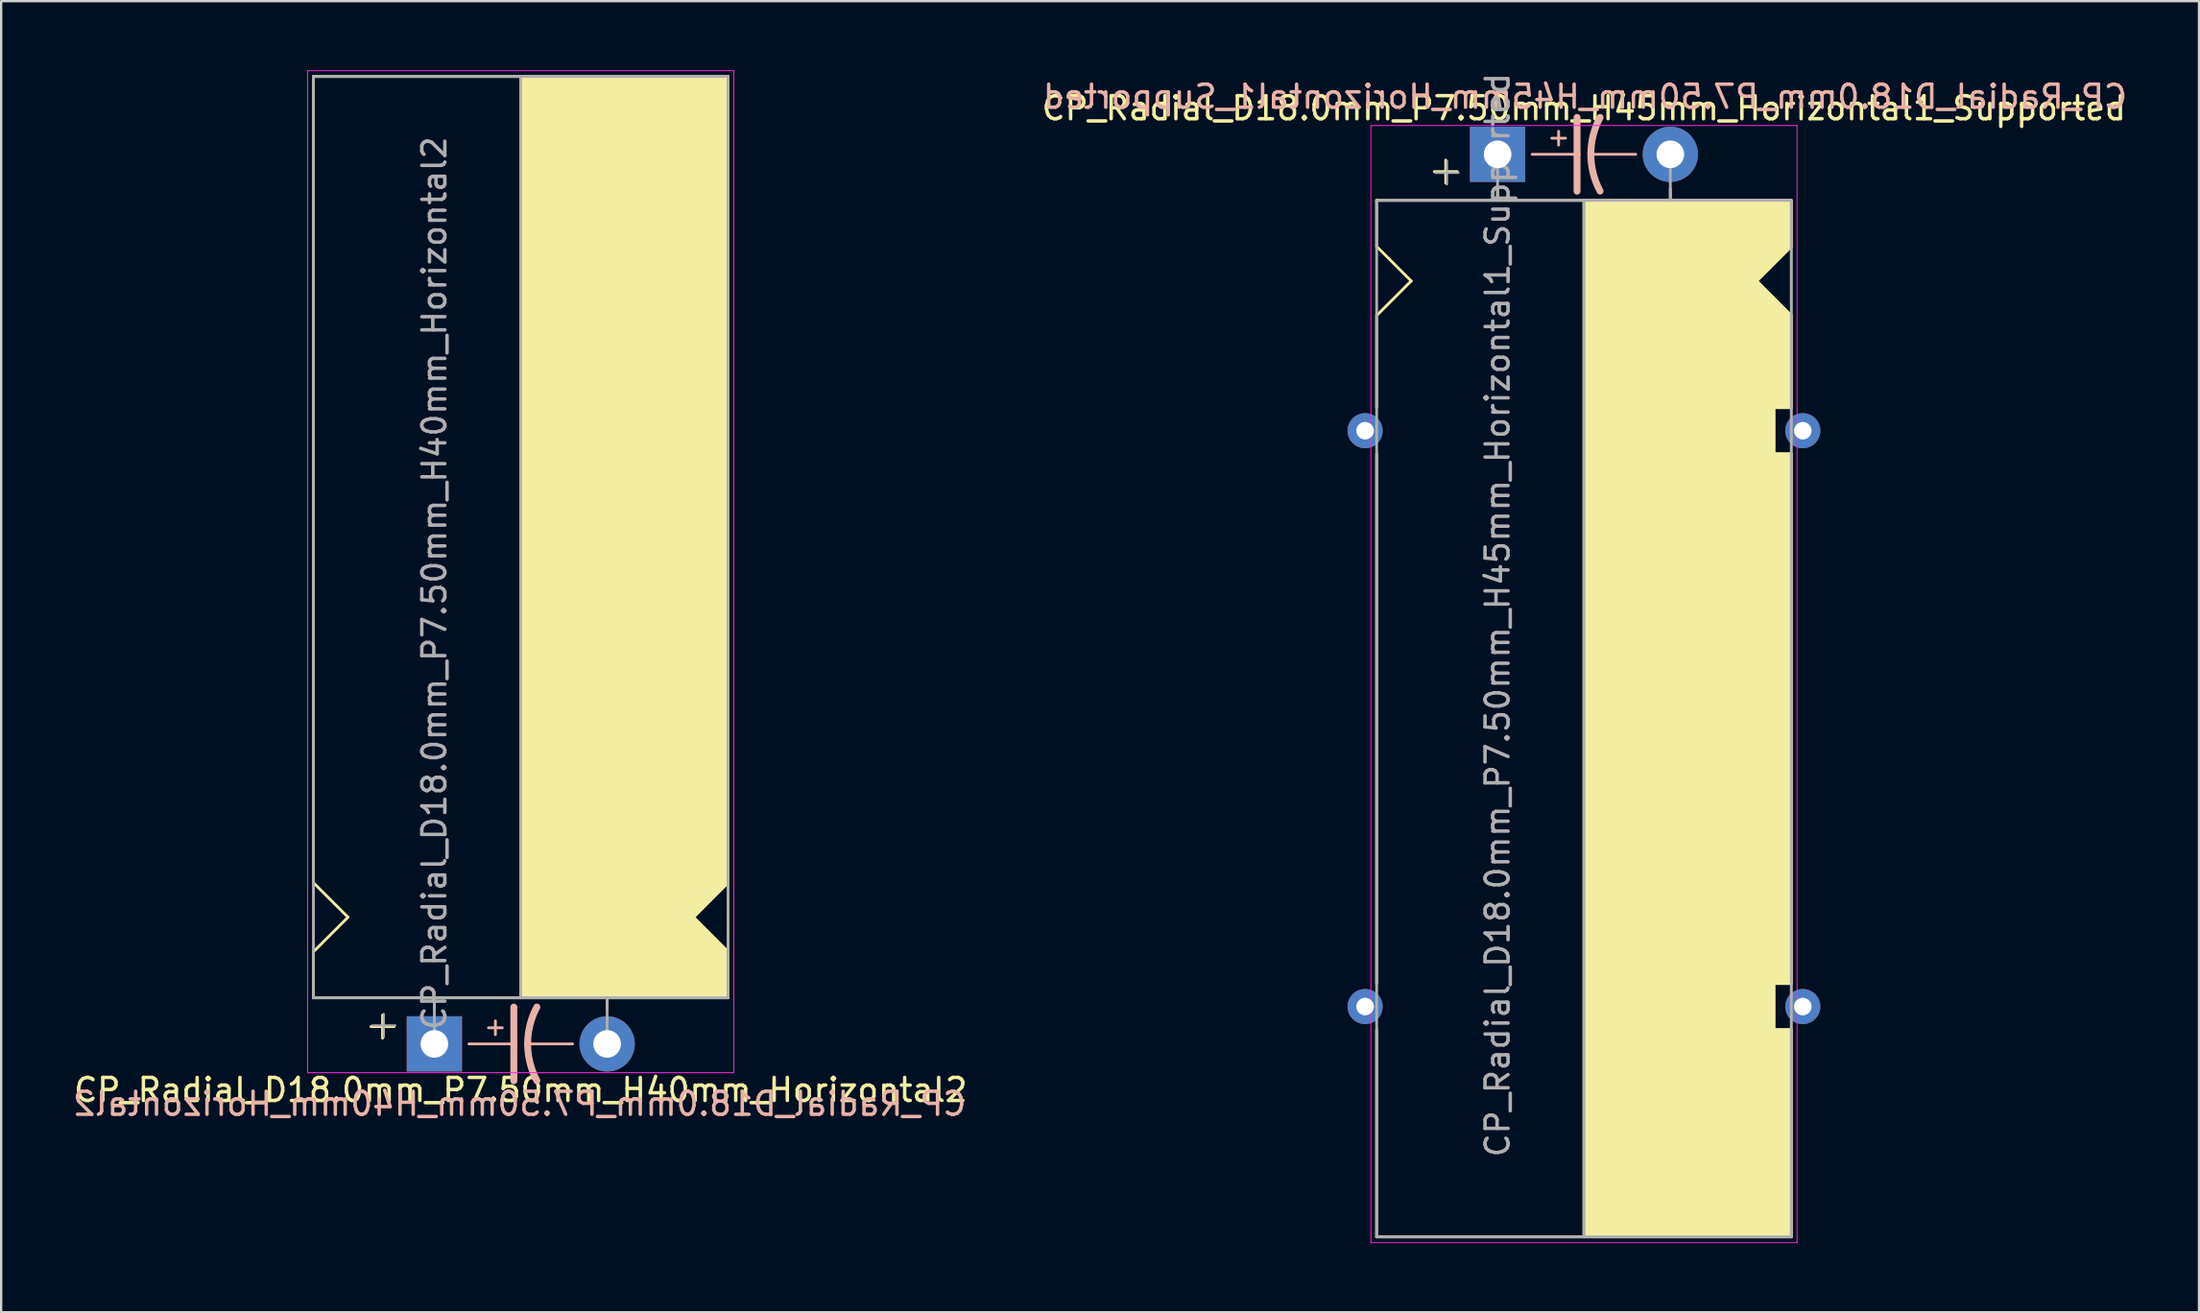
<source format=kicad_pcb>
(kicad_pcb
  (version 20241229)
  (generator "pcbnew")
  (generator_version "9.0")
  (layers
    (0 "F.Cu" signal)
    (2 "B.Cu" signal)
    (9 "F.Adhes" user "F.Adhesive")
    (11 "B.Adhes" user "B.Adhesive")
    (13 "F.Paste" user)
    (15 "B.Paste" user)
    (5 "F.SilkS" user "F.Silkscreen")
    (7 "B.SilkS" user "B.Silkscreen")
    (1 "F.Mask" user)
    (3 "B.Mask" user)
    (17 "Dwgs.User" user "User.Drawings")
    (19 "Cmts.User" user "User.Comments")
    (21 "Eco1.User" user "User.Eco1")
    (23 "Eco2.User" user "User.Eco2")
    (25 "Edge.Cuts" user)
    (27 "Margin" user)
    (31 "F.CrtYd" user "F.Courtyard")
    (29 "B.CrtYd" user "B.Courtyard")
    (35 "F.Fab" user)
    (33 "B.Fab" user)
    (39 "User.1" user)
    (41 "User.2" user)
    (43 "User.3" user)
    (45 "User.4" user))
  (footprint "CP_Radial_D18.0mm_P7.50mm_H40mm_Horizontal2"
    (layer "F.Cu")
    (at 15.806 42.27)
    (property "Reference" "CP_Radial_D18.0mm_P7.50mm_H40mm_Horizontal2" (at 3.75 2 0) (layer "F.SilkS") (effects (font (size 1 1) (thickness 0.15))))
    (fp_line (start -5.25 -42) (end 12.75 -42) (stroke (width 0.12) (type solid)) (layer "F.SilkS"))
    (fp_line (start -5.25 -7) (end -5.25 -42) (stroke (width 0.12) (type solid)) (layer "F.SilkS"))
    (fp_line (start -5.25 -7) (end -3.75 -5.5) (stroke (width 0.12) (type solid)) (layer "F.SilkS"))
    (fp_line (start -5.25 -4) (end -3.75 -5.5) (stroke (width 0.12) (type solid)) (layer "F.SilkS"))
    (fp_line (start -5.25 -2) (end -5.25 -4) (stroke (width 0.12) (type solid)) (layer "F.SilkS"))
    (fp_line (start -5.25 -2) (end 12.75 -2) (stroke (width 0.12) (type solid)) (layer "F.SilkS"))
    (fp_line (start -2.25 -1.25) (end -2.25 -0.25) (stroke (width 0.12) (type solid)) (layer "F.SilkS"))
    (fp_line (start -1.75 -0.75) (end -2.75 -0.75) (stroke (width 0.12) (type solid)) (layer "F.SilkS"))
    (fp_line (start 0 -1.5) (end 0 -2) (stroke (width 0.12) (type solid)) (layer "F.SilkS"))
    (fp_line (start 3.75 -2) (end 3.75 -42) (stroke (width 0.12) (type solid)) (layer "F.SilkS"))
    (fp_line (start 7.5 -1.5) (end 7.5 -2) (stroke (width 0.12) (type solid)) (layer "F.SilkS"))
    (fp_line (start 12.75 -42) (end 12.75 -7) (stroke (width 0.12) (type solid)) (layer "F.SilkS"))
    (fp_line (start 12.75 -7) (end 11.25 -5.5) (stroke (width 0.12) (type solid)) (layer "F.SilkS"))
    (fp_line (start 12.75 -4) (end 11.25 -5.5) (stroke (width 0.12) (type solid)) (layer "F.SilkS"))
    (fp_line (start 12.75 -2) (end 12.75 -4) (stroke (width 0.12) (type solid)) (layer "F.SilkS"))
    (fp_poly (pts (xy 12.75 -4) (xy 11.25 -5.5) (xy 12.75 -7) (xy 12.75 -42) (xy 3.75 -42) (xy 3.75 -2) (xy 12.75 -2)) (stroke (width 0.1) (type solid)) (fill yes) (layer "F.SilkS"))
    (fp_line (start 1.5 0) (end 3.45 0) (stroke (width 0.12) (type solid)) (layer "B.SilkS"))
    (fp_line (start 2.35 -0.7) (end 2.95 -0.7) (stroke (width 0.12) (type solid)) (layer "B.SilkS"))
    (fp_line (start 2.65 -0.4) (end 2.65 -1) (stroke (width 0.12) (type solid)) (layer "B.SilkS"))
    (fp_line (start 3.45 0) (end 3.45 -1.6) (stroke (width 0.3) (type solid)) (layer "B.SilkS"))
    (fp_line (start 3.45 0) (end 3.45 1.6) (stroke (width 0.3) (type solid)) (layer "B.SilkS"))
    (fp_line (start 6 0) (end 4.05 0) (stroke (width 0.12) (type solid)) (layer "B.SilkS"))
    (fp_arc (start 4.05 0) (mid 4.150512 -0.824872) (end 4.45 -1.6) (stroke (width 0.3) (type solid)) (layer "B.SilkS"))
    (fp_arc (start 4.45 1.596157) (mid 4.151652 0.822725) (end 4.05 0) (stroke (width 0.3) (type solid)) (layer "B.SilkS"))
    (fp_line (start -5.5 -42.25) (end 13 -42.25) (stroke (width 0.04) (type solid)) (layer "F.CrtYd"))
    (fp_line (start -5.5 1.25) (end -5.5 -42.25) (stroke (width 0.04) (type solid)) (layer "F.CrtYd"))
    (fp_line (start 13 -42.25) (end 13 1.25) (stroke (width 0.04) (type solid)) (layer "F.CrtYd"))
    (fp_line (start 13 1.25) (end -5.5 1.25) (stroke (width 0.04) (type solid)) (layer "F.CrtYd"))
    (fp_line (start -5.25 -42) (end 12.75 -42) (stroke (width 0.12) (type solid)) (layer "F.Fab"))
    (fp_line (start -5.25 -2) (end -5.25 -42) (stroke (width 0.12) (type solid)) (layer "F.Fab"))
    (fp_line (start -2.7 -0.8) (end -1.7 -0.8) (stroke (width 0.1) (type solid)) (layer "F.Fab"))
    (fp_line (start -2.2 -0.3) (end -2.2 -1.3) (stroke (width 0.1) (type solid)) (layer "F.Fab"))
    (fp_line (start 0 0) (end 0 -2) (stroke (width 0.12) (type solid)) (layer "F.Fab"))
    (fp_line (start 3.75 -2) (end 3.75 -42) (stroke (width 0.12) (type solid)) (layer "F.Fab"))
    (fp_line (start 7.5 0) (end 7.5 -2) (stroke (width 0.12) (type solid)) (layer "F.Fab"))
    (fp_line (start 12.75 -42) (end 12.75 -2) (stroke (width 0.12) (type solid)) (layer "F.Fab"))
    (fp_line (start 12.75 -2) (end -5.25 -2) (stroke (width 0.12) (type solid)) (layer "F.Fab"))
    (fp_poly (pts (xy 12.75 -42) (xy 3.75 -42) (xy 3.75 -2) (xy 12.75 -2)) (stroke (width 0.1) (type solid)) (fill no) (layer "F.Fab"))
    (fp_text user "${REFERENCE}" (at 3.7 2.6 0) (layer "B.SilkS") (effects (font (size 1 1) (thickness 0.15)) (justify mirror)))
    (fp_text user "${REFERENCE}" (at 0 -20 90) (layer "F.Fab") (effects (font (size 1 1) (thickness 0.15))))
    (pad "1" thru_hole rect (at 0 0) (size 2.4 2.4) (drill 1.2) (layers "*.Cu" "*.Mask"))
    (pad "2" thru_hole circle (at 7.5 0) (size 2.4 2.4) (drill 1.2) (layers "*.Cu" "*.Mask")))
  (footprint "CP_Radial_D18.0mm_P7.50mm_H45mm_Horizontal1_Supported"
    (layer "F.Cu")
    (at 61.961 3.649)
    (property "Reference" "CP_Radial_D18.0mm_P7.50mm_H45mm_Horizontal1_Supported" (at 3.75 -2 0) (layer "F.SilkS") (effects (font (size 1 1) (thickness 0.15))))
    (fp_line (start -5.25 2) (end -5.25 4) (stroke (width 0.12) (type solid)) (layer "F.SilkS"))
    (fp_line (start -5.25 2) (end 12.75 2) (stroke (width 0.12) (type solid)) (layer "F.SilkS"))
    (fp_line (start -5.25 4) (end -3.75 5.5) (stroke (width 0.12) (type solid)) (layer "F.SilkS"))
    (fp_line (start -5.25 7) (end -3.75 5.5) (stroke (width 0.12) (type solid)) (layer "F.SilkS"))
    (fp_line (start -5.25 11) (end -5.25 7) (stroke (width 0.12) (type solid)) (layer "F.SilkS"))
    (fp_line (start -5.25 13) (end -5.25 36) (stroke (width 0.12) (type solid)) (layer "F.SilkS"))
    (fp_line (start -5.25 38) (end -5.25 47) (stroke (width 0.12) (type solid)) (layer "F.SilkS"))
    (fp_line (start -5.25 47) (end 12.75 47) (stroke (width 0.12) (type solid)) (layer "F.SilkS"))
    (fp_line (start -2.25 0.25) (end -2.25 1.25) (stroke (width 0.12) (type solid)) (layer "F.SilkS"))
    (fp_line (start -1.75 0.75) (end -2.75 0.75) (stroke (width 0.12) (type solid)) (layer "F.SilkS"))
    (fp_line (start 0 1.5) (end 0 2) (stroke (width 0.12) (type solid)) (layer "F.SilkS"))
    (fp_line (start 3.75 2) (end 3.75 47) (stroke (width 0.12) (type solid)) (layer "F.SilkS"))
    (fp_line (start 7.5 1.5) (end 7.5 2) (stroke (width 0.12) (type solid)) (layer "F.SilkS"))
    (fp_line (start 12 11) (end 12 13) (stroke (width 0.12) (type solid)) (layer "F.SilkS"))
    (fp_line (start 12 13) (end 12.75 13) (stroke (width 0.12) (type solid)) (layer "F.SilkS"))
    (fp_line (start 12 36) (end 12 38) (stroke (width 0.12) (type solid)) (layer "F.SilkS"))
    (fp_line (start 12 38) (end 12.75 38) (stroke (width 0.12) (type solid)) (layer "F.SilkS"))
    (fp_line (start 12.25 11) (end 12 11) (stroke (width 0.12) (type solid)) (layer "F.SilkS"))
    (fp_line (start 12.75 2) (end 12.75 4) (stroke (width 0.12) (type solid)) (layer "F.SilkS"))
    (fp_line (start 12.75 4) (end 11.25 5.5) (stroke (width 0.12) (type solid)) (layer "F.SilkS"))
    (fp_line (start 12.75 7) (end 11.25 5.5) (stroke (width 0.12) (type solid)) (layer "F.SilkS"))
    (fp_line (start 12.75 11) (end 12.25 11) (stroke (width 0.12) (type solid)) (layer "F.SilkS"))
    (fp_line (start 12.75 11) (end 12.75 7) (stroke (width 0.12) (type solid)) (layer "F.SilkS"))
    (fp_line (start 12.75 13) (end 12.75 36) (stroke (width 0.12) (type solid)) (layer "F.SilkS"))
    (fp_line (start 12.75 36) (end 12 36) (stroke (width 0.12) (type solid)) (layer "F.SilkS"))
    (fp_line (start 12.75 38) (end 12.75 47) (stroke (width 0.12) (type solid)) (layer "F.SilkS"))
    (fp_poly (pts (xy 12.75 4) (xy 11.25 5.5) (xy 12.75 7) (xy 12.75 11) (xy 12 11) (xy 12 13) (xy 12.75 13) (xy 12.75 36) (xy 12 36) (xy 12 38) (xy 12.75 38) (xy 12.75 47) (xy 3.75 47) (xy 3.75 2) (xy 12.75 2)) (stroke (width 0.1) (type solid)) (fill yes) (layer "F.SilkS"))
    (fp_line (start 1.5 0) (end 3.45 0) (stroke (width 0.12) (type solid)) (layer "B.SilkS"))
    (fp_line (start 2.35 -0.7) (end 2.95 -0.7) (stroke (width 0.12) (type solid)) (layer "B.SilkS"))
    (fp_line (start 2.65 -0.4) (end 2.65 -1) (stroke (width 0.12) (type solid)) (layer "B.SilkS"))
    (fp_line (start 3.45 0) (end 3.45 -1.6) (stroke (width 0.3) (type solid)) (layer "B.SilkS"))
    (fp_line (start 3.45 0) (end 3.45 1.6) (stroke (width 0.3) (type solid)) (layer "B.SilkS"))
    (fp_line (start 6 0) (end 4.05 0) (stroke (width 0.12) (type solid)) (layer "B.SilkS"))
    (fp_arc (start 4.05 0) (mid 4.150512 -0.824872) (end 4.45 -1.6) (stroke (width 0.3) (type solid)) (layer "B.SilkS"))
    (fp_arc (start 4.45 1.596157) (mid 4.151652 0.822725) (end 4.05 0) (stroke (width 0.3) (type solid)) (layer "B.SilkS"))
    (fp_line (start -5.5 -1.25) (end -5.5 47.25) (stroke (width 0.04) (type solid)) (layer "F.CrtYd"))
    (fp_line (start -5.5 47.25) (end 13 47.25) (stroke (width 0.04) (type solid)) (layer "F.CrtYd"))
    (fp_line (start 13 -1.25) (end -5.5 -1.25) (stroke (width 0.04) (type solid)) (layer "F.CrtYd"))
    (fp_line (start 13 47.25) (end 13 -1.25) (stroke (width 0.04) (type solid)) (layer "F.CrtYd"))
    (fp_line (start -5.25 2) (end -5.25 47) (stroke (width 0.12) (type solid)) (layer "F.Fab"))
    (fp_line (start -5.25 47) (end 12.75 47) (stroke (width 0.12) (type solid)) (layer "F.Fab"))
    (fp_line (start -2.7 0.8) (end -1.7 0.8) (stroke (width 0.1) (type solid)) (layer "F.Fab"))
    (fp_line (start -2.2 1.3) (end -2.2 0.3) (stroke (width 0.1) (type solid)) (layer "F.Fab"))
    (fp_line (start 0 0) (end 0 2) (stroke (width 0.12) (type solid)) (layer "F.Fab"))
    (fp_line (start 3.75 2) (end 3.75 47) (stroke (width 0.12) (type solid)) (layer "F.Fab"))
    (fp_line (start 7.5 0) (end 7.5 2) (stroke (width 0.12) (type solid)) (layer "F.Fab"))
    (fp_line (start 12.75 2) (end -5.25 2) (stroke (width 0.12) (type solid)) (layer "F.Fab"))
    (fp_line (start 12.75 47) (end 12.75 2) (stroke (width 0.12) (type solid)) (layer "F.Fab"))
    (fp_poly (pts (xy 12.75 47) (xy 3.75 47) (xy 3.75 2) (xy 12.75 2)) (stroke (width 0.1) (type solid)) (fill no) (layer "F.Fab"))
    (fp_text user "${REFERENCE}" (at 3.8 -2.5 0) (layer "B.SilkS") (effects (font (size 1 1) (thickness 0.15)) (justify mirror)))
    (fp_text user "${REFERENCE}" (at 0 20 90) (layer "F.Fab") (effects (font (size 1 1) (thickness 0.15))))
    (pad "1" thru_hole rect (at 0 0) (size 2.4 2.4) (drill 1.2) (layers "*.Cu" "*.Mask"))
    (pad "2" thru_hole circle (at 7.5 0) (size 2.4 2.4) (drill 1.2) (layers "*.Cu" "*.Mask"))
    (pad "~" thru_hole circle (at -5.75 12) (size 1.524 1.524) (drill 0.762) (layers "*.Cu" "*.Mask"))
    (pad "~" thru_hole circle (at -5.75 37) (size 1.524 1.524) (drill 0.762) (layers "*.Cu" "*.Mask"))
    (pad "~" thru_hole circle (at 13.25 12) (size 1.524 1.524) (drill 0.762) (layers "*.Cu" "*.Mask"))
    (pad "~" thru_hole circle (at 13.25 37) (size 1.524 1.524) (drill 0.762) (layers "*.Cu" "*.Mask")))
  (gr_rect
    (start -3 -3)
    (end 92.41 53.919)
    (stroke (width 0.1) (type default))
    (fill no)
    (layer "Edge.Cuts")))
</source>
